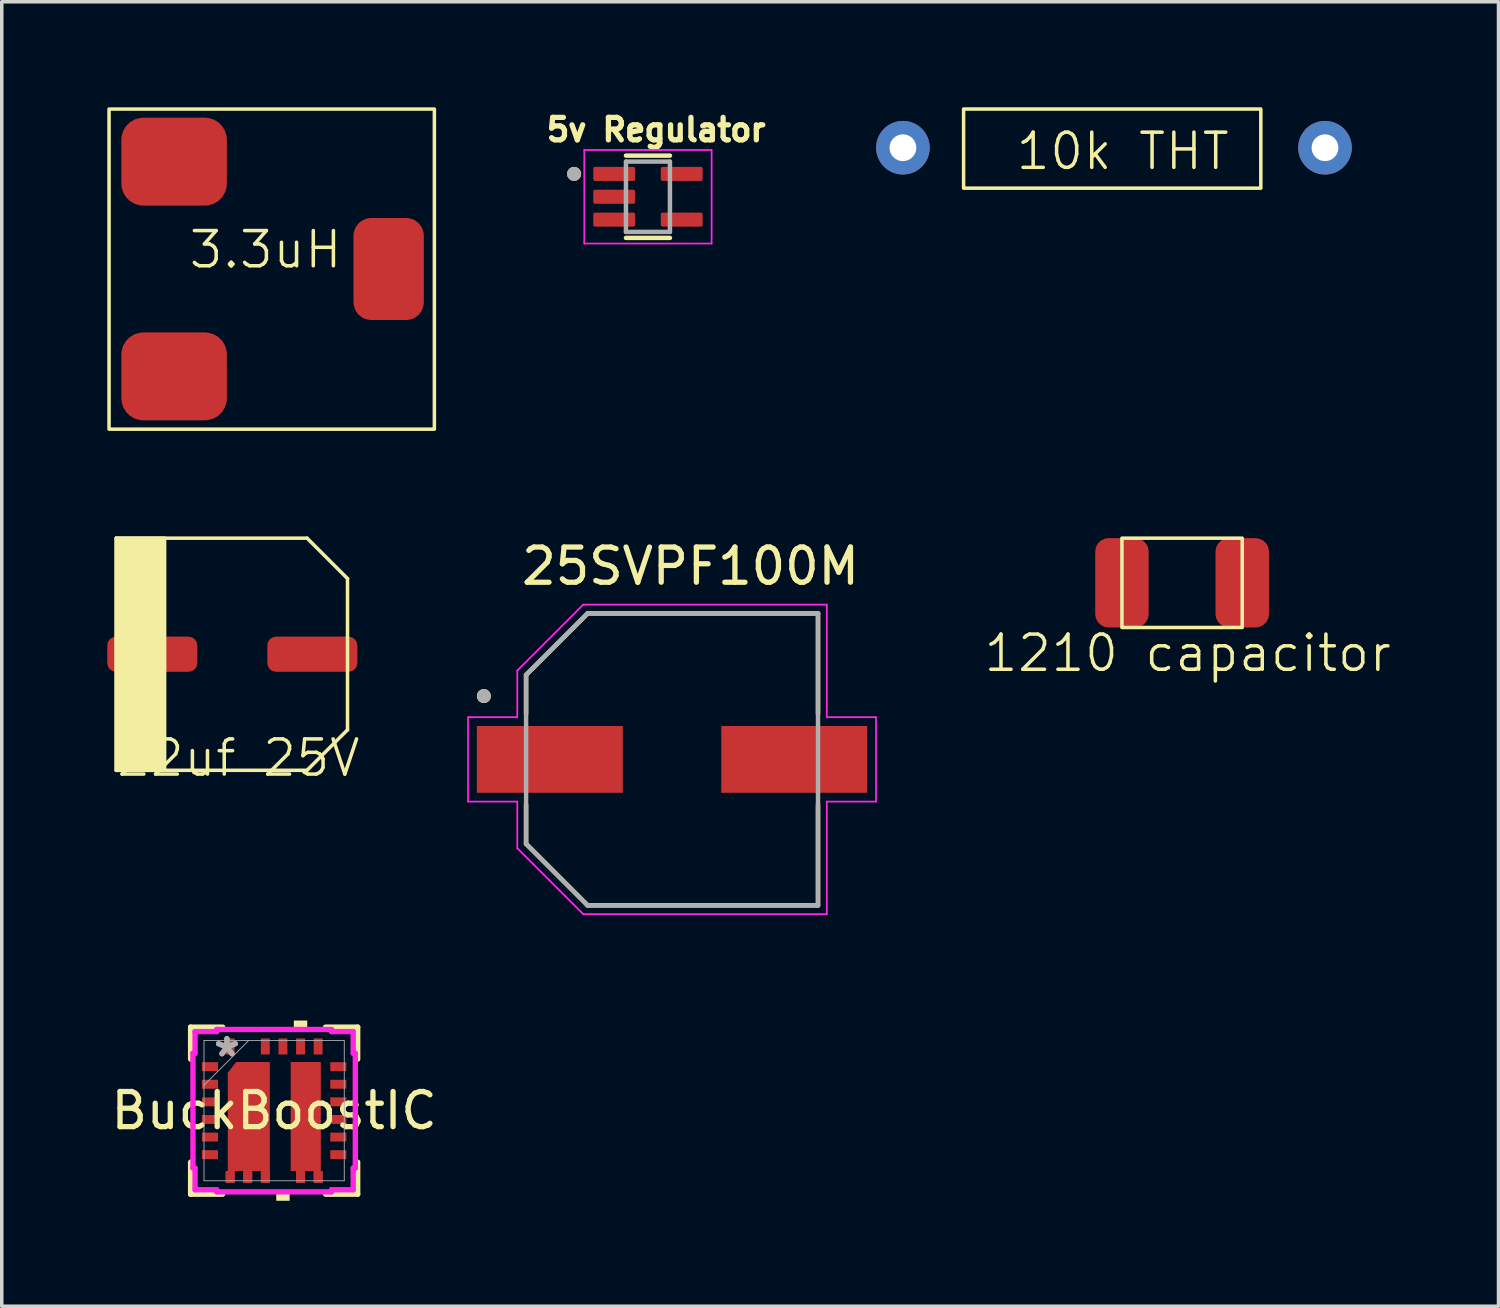
<source format=kicad_pcb>
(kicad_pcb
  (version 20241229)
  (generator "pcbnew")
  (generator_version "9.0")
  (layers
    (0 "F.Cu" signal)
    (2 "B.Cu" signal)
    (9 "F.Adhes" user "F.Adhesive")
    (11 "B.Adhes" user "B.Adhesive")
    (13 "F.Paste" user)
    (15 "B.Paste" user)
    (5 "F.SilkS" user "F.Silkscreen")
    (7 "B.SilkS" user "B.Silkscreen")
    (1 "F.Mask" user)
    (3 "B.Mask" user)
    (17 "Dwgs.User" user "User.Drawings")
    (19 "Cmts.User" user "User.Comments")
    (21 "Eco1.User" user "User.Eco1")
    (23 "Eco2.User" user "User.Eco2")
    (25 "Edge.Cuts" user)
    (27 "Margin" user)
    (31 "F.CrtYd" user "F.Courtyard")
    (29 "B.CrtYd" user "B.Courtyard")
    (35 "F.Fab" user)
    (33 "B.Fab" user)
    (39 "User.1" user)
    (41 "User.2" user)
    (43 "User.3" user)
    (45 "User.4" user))
  (footprint "25SVPF100M"
    (layer "F.Cu")
    (at 16.057 18.54)
    (property "Reference" "25SVPF100M" (at 0.525 -5.492 0) (layer "F.SilkS") (effects (font (size 1 1) (thickness 0.15))))
    (attr smd)
    (fp_line (start -4.15 -2.4) (end -2.4 -4.15) (stroke (width 0.127) (type solid)) (layer "F.SilkS"))
    (fp_line (start -4.15 -1.3) (end -4.15 -2.4) (stroke (width 0.127) (type solid)) (layer "F.SilkS"))
    (fp_line (start -4.15 1.3) (end -4.15 2.4) (stroke (width 0.127) (type solid)) (layer "F.SilkS"))
    (fp_line (start -4.15 2.4) (end -2.4 4.15) (stroke (width 0.127) (type solid)) (layer "F.SilkS"))
    (fp_line (start -2.4 -4.15) (end 4.15 -4.15) (stroke (width 0.127) (type solid)) (layer "F.SilkS"))
    (fp_line (start -2.4 4.15) (end 4.15 4.15) (stroke (width 0.127) (type solid)) (layer "F.SilkS"))
    (fp_line (start 4.15 -4.15) (end 4.15 -1.3) (stroke (width 0.127) (type solid)) (layer "F.SilkS"))
    (fp_line (start 4.15 4.15) (end 4.15 1.3) (stroke (width 0.127) (type solid)) (layer "F.SilkS"))
    (fp_circle (center -5.35 -1.8) (end -5.25 -1.8) (stroke (width 0.2) (type solid)) (fill no) (layer "F.SilkS"))
    (fp_line (start -5.8 -1.2) (end -4.4 -1.2) (stroke (width 0.05) (type solid)) (layer "F.CrtYd"))
    (fp_line (start -5.8 1.2) (end -5.8 -1.2) (stroke (width 0.05) (type solid)) (layer "F.CrtYd"))
    (fp_line (start -4.4 -2.525) (end -2.525 -4.4) (stroke (width 0.05) (type solid)) (layer "F.CrtYd"))
    (fp_line (start -4.4 -1.2) (end -4.4 -2.525) (stroke (width 0.05) (type solid)) (layer "F.CrtYd"))
    (fp_line (start -4.4 1.2) (end -5.8 1.2) (stroke (width 0.05) (type solid)) (layer "F.CrtYd"))
    (fp_line (start -4.4 2.525) (end -4.4 1.2) (stroke (width 0.05) (type solid)) (layer "F.CrtYd"))
    (fp_line (start -2.525 -4.4) (end 4.4 -4.4) (stroke (width 0.05) (type solid)) (layer "F.CrtYd"))
    (fp_line (start -2.525 4.4) (end -4.4 2.525) (stroke (width 0.05) (type solid)) (layer "F.CrtYd"))
    (fp_line (start 4.4 -4.4) (end 4.4 -1.2) (stroke (width 0.05) (type solid)) (layer "F.CrtYd"))
    (fp_line (start 4.4 -1.2) (end 5.8 -1.2) (stroke (width 0.05) (type solid)) (layer "F.CrtYd"))
    (fp_line (start 4.4 1.2) (end 4.4 4.4) (stroke (width 0.05) (type solid)) (layer "F.CrtYd"))
    (fp_line (start 4.4 4.4) (end -2.525 4.4) (stroke (width 0.05) (type solid)) (layer "F.CrtYd"))
    (fp_line (start 5.8 -1.2) (end 5.8 1.2) (stroke (width 0.05) (type solid)) (layer "F.CrtYd"))
    (fp_line (start 5.8 1.2) (end 4.4 1.2) (stroke (width 0.05) (type solid)) (layer "F.CrtYd"))
    (fp_line (start -4.15 -2.4) (end -2.4 -4.15) (stroke (width 0.127) (type solid)) (layer "F.Fab"))
    (fp_line (start -4.15 2.4) (end -4.15 -2.4) (stroke (width 0.127) (type solid)) (layer "F.Fab"))
    (fp_line (start -2.4 -4.15) (end 4.15 -4.15) (stroke (width 0.127) (type solid)) (layer "F.Fab"))
    (fp_line (start -2.4 4.15) (end -4.15 2.4) (stroke (width 0.127) (type solid)) (layer "F.Fab"))
    (fp_line (start 4.15 -4.15) (end 4.15 4.15) (stroke (width 0.127) (type solid)) (layer "F.Fab"))
    (fp_line (start 4.15 4.15) (end -2.4 4.15) (stroke (width 0.127) (type solid)) (layer "F.Fab"))
    (fp_circle (center -5.35 -1.8) (end -5.25 -1.8) (stroke (width 0.2) (type solid)) (fill no) (layer "F.Fab"))
    (pad "1" smd rect (at -3.475 0) (size 4.15 1.9) (layers "F.Cu" "F.Mask" "F.Paste"))
    (pad "2" smd rect (at 3.475 0) (size 4.15 1.9) (layers "F.Cu" "F.Mask" "F.Paste")))
  (footprint "5v Regulator"
    (layer "F.Cu")
    (at 15.372 2.544)
    (property "Reference" "5v Regulator" (at 0.232 -1.906 0) (layer "F.SilkS") (effects (font (size 0.64 0.64) (thickness 0.15))))
    (attr smd)
    (fp_line (start -0.625 -1.17) (end 0.625 -1.17) (stroke (width 0.127) (type solid)) (layer "F.SilkS"))
    (fp_line (start 0.625 1.17) (end -0.625 1.17) (stroke (width 0.127) (type solid)) (layer "F.SilkS"))
    (fp_circle (center -2.1 -0.65) (end -2 -0.65) (stroke (width 0.2) (type solid)) (fill no) (layer "F.SilkS"))
    (fp_line (start -1.81 -1.33) (end 1.81 -1.33) (stroke (width 0.05) (type solid)) (layer "F.CrtYd"))
    (fp_line (start -1.81 1.33) (end -1.81 -1.33) (stroke (width 0.05) (type solid)) (layer "F.CrtYd"))
    (fp_line (start 1.81 -1.33) (end 1.81 1.33) (stroke (width 0.05) (type solid)) (layer "F.CrtYd"))
    (fp_line (start 1.81 1.33) (end -1.81 1.33) (stroke (width 0.05) (type solid)) (layer "F.CrtYd"))
    (fp_line (start -0.625 -1) (end 0.625 -1) (stroke (width 0.127) (type solid)) (layer "F.Fab"))
    (fp_line (start -0.625 1) (end -0.625 -1) (stroke (width 0.127) (type solid)) (layer "F.Fab"))
    (fp_line (start 0.625 -1) (end 0.625 1) (stroke (width 0.127) (type solid)) (layer "F.Fab"))
    (fp_line (start 0.625 1) (end -0.625 1) (stroke (width 0.127) (type solid)) (layer "F.Fab"))
    (fp_circle (center -2.1 -0.65) (end -2 -0.65) (stroke (width 0.2) (type solid)) (fill no) (layer "F.Fab"))
    (pad "1" smd roundrect (at -0.96 -0.65) (size 1.19 0.4) (layers "F.Cu" "F.Mask" "F.Paste") (roundrect_rratio 0.125))
    (pad "2" smd roundrect (at -0.96 0) (size 1.19 0.4) (layers "F.Cu" "F.Mask" "F.Paste") (roundrect_rratio 0.125))
    (pad "3" smd roundrect (at -0.96 0.65) (size 1.19 0.4) (layers "F.Cu" "F.Mask" "F.Paste") (roundrect_rratio 0.125))
    (pad "4" smd roundrect (at 0.96 0.65) (size 1.19 0.4) (layers "F.Cu" "F.Mask" "F.Paste") (roundrect_rratio 0.125))
    (pad "5" smd roundrect (at 0.96 -0.65) (size 1.19 0.4) (layers "F.Cu" "F.Mask" "F.Paste") (roundrect_rratio 0.125)))
  (footprint "BuckBoostIC"
    (layer "F.Cu")
    (at 4.744 28.527)
    (property "Reference" "BuckBoostIC" (at 0 0 0) (unlocked yes) (layer "F.SilkS") (effects (font (size 1 1) (thickness 0.15))))
    (attr smd)
    (fp_poly (pts (xy 0.471 1.716) (xy 0.624 1.716) (xy 0.624 2.054) (xy 0.878 2.054) (xy 0.878 1.716) (xy 1.124 1.716) (xy 1.124 2.054) (xy 1.378 2.054) (xy 1.378 1.716) (xy 1.327 1.716) (xy 1.327 -1.383) (xy 0.471 -1.383)) (stroke (width 0) (type solid)) (fill yes) (layer "F.Cu"))
    (fp_poly (pts (xy -1.378 2.054) (xy -1.378 1.716) (xy -1.317 1.716) (xy -1.317 -1.079) (xy -1.079 -1.383) (xy -0.123 -1.383) (xy -0.123 2.054) (xy -0.377 2.054) (xy -0.377 1.716) (xy -0.624 1.716) (xy -0.624 2.054) (xy -0.878 2.054) (xy -0.878 1.716) (xy -1.124 1.716) (xy -1.124 2.054)) (stroke (width 0) (type solid)) (fill yes) (layer "F.Cu"))
    (fp_poly (pts (xy 0.471 1.716) (xy 0.624 1.716) (xy 0.624 2.054) (xy 0.878 2.054) (xy 0.878 1.716) (xy 1.124 1.716) (xy 1.124 2.054) (xy 1.378 2.054) (xy 1.378 1.716) (xy 1.327 1.716) (xy 1.327 -1.383) (xy 0.471 -1.383)) (stroke (width 0) (type solid)) (fill yes) (layer "F.Mask"))
    (fp_poly (pts (xy -1.378 2.054) (xy -1.378 1.716) (xy -1.317 1.716) (xy -1.317 -1.079) (xy -1.079 -1.383) (xy -0.123 -1.383) (xy -0.123 2.054) (xy -0.377 2.054) (xy -0.377 1.716) (xy -0.624 1.716) (xy -0.624 2.054) (xy -0.878 2.054) (xy -0.878 1.716) (xy -1.124 1.716) (xy -1.124 2.054)) (stroke (width 0) (type solid)) (fill yes) (layer "F.Mask"))
    (fp_line (start -2.375 -2.375) (end -2.375 -1.464) (stroke (width 0.152) (type solid)) (layer "F.SilkS"))
    (fp_line (start -2.375 1.464) (end -2.375 2.375) (stroke (width 0.152) (type solid)) (layer "F.SilkS"))
    (fp_line (start -2.375 2.375) (end -1.464 2.375) (stroke (width 0.152) (type solid)) (layer "F.SilkS"))
    (fp_line (start -1.464 -2.375) (end -2.375 -2.375) (stroke (width 0.152) (type solid)) (layer "F.SilkS"))
    (fp_line (start 1.464 2.375) (end 2.375 2.375) (stroke (width 0.152) (type solid)) (layer "F.SilkS"))
    (fp_line (start 2.375 -2.375) (end 1.464 -2.375) (stroke (width 0.152) (type solid)) (layer "F.SilkS"))
    (fp_line (start 2.375 -1.464) (end 2.375 -2.375) (stroke (width 0.152) (type solid)) (layer "F.SilkS"))
    (fp_line (start 2.375 2.375) (end 2.375 1.464) (stroke (width 0.152) (type solid)) (layer "F.SilkS"))
    (fp_poly (pts (xy 0.06 2.308) (xy 0.06 2.562) (xy 0.441 2.562) (xy 0.441 2.308)) (stroke (width 0) (type solid)) (fill yes) (layer "F.SilkS"))
    (fp_poly (pts (xy 0.56 -2.308) (xy 0.56 -2.562) (xy 0.941 -2.562) (xy 0.941 -2.308)) (stroke (width 0) (type solid)) (fill yes) (layer "F.SilkS"))
    (fp_poly (pts (xy 0.471 1.716) (xy 0.624 1.716) (xy 0.624 2.054) (xy 0.878 2.054) (xy 0.878 1.716) (xy 1.124 1.716) (xy 1.124 2.054) (xy 1.378 2.054) (xy 1.378 1.716) (xy 1.327 1.716) (xy 1.327 -1.383) (xy 0.471 -1.383)) (stroke (width 0) (type solid)) (fill yes) (layer "F.Paste"))
    (fp_poly (pts (xy -1.378 2.054) (xy -1.378 1.716) (xy -1.317 1.716) (xy -1.317 -1.079) (xy -1.079 -1.383) (xy -0.123 -1.383) (xy -0.123 2.054) (xy -0.377 2.054) (xy -0.377 1.716) (xy -0.624 1.716) (xy -0.624 2.054) (xy -0.878 2.054) (xy -0.878 1.716) (xy -1.124 1.716) (xy -1.124 2.054)) (stroke (width 0) (type solid)) (fill yes) (layer "F.Paste"))
    (fp_line (start -2.308 -1.632) (end -2.248 -1.632) (stroke (width 0.152) (type solid)) (layer "F.CrtYd"))
    (fp_line (start -2.308 1.632) (end -2.308 -1.632) (stroke (width 0.152) (type solid)) (layer "F.CrtYd"))
    (fp_line (start -2.248 -2.248) (end -1.632 -2.248) (stroke (width 0.152) (type solid)) (layer "F.CrtYd"))
    (fp_line (start -2.248 -1.632) (end -2.248 -2.248) (stroke (width 0.152) (type solid)) (layer "F.CrtYd"))
    (fp_line (start -2.248 1.632) (end -2.308 1.632) (stroke (width 0.152) (type solid)) (layer "F.CrtYd"))
    (fp_line (start -2.248 2.248) (end -2.248 1.632) (stroke (width 0.152) (type solid)) (layer "F.CrtYd"))
    (fp_line (start -1.632 -2.308) (end 1.632 -2.308) (stroke (width 0.152) (type solid)) (layer "F.CrtYd"))
    (fp_line (start -1.632 -2.248) (end -1.632 -2.308) (stroke (width 0.152) (type solid)) (layer "F.CrtYd"))
    (fp_line (start -1.632 2.248) (end -2.248 2.248) (stroke (width 0.152) (type solid)) (layer "F.CrtYd"))
    (fp_line (start -1.632 2.308) (end -1.632 2.248) (stroke (width 0.152) (type solid)) (layer "F.CrtYd"))
    (fp_line (start 1.632 -2.308) (end 1.632 -2.248) (stroke (width 0.152) (type solid)) (layer "F.CrtYd"))
    (fp_line (start 1.632 -2.248) (end 2.248 -2.248) (stroke (width 0.152) (type solid)) (layer "F.CrtYd"))
    (fp_line (start 1.632 2.248) (end 1.632 2.308) (stroke (width 0.152) (type solid)) (layer "F.CrtYd"))
    (fp_line (start 1.632 2.308) (end -1.632 2.308) (stroke (width 0.152) (type solid)) (layer "F.CrtYd"))
    (fp_line (start 2.248 -2.248) (end 2.248 -1.632) (stroke (width 0.152) (type solid)) (layer "F.CrtYd"))
    (fp_line (start 2.248 -1.632) (end 2.308 -1.632) (stroke (width 0.152) (type solid)) (layer "F.CrtYd"))
    (fp_line (start 2.248 1.632) (end 2.248 2.248) (stroke (width 0.152) (type solid)) (layer "F.CrtYd"))
    (fp_line (start 2.248 2.248) (end 1.632 2.248) (stroke (width 0.152) (type solid)) (layer "F.CrtYd"))
    (fp_line (start 2.308 -1.632) (end 2.308 1.632) (stroke (width 0.152) (type solid)) (layer "F.CrtYd"))
    (fp_line (start 2.308 1.632) (end 2.248 1.632) (stroke (width 0.152) (type solid)) (layer "F.CrtYd"))
    (fp_line (start -1.994 -1.994) (end -1.994 1.994) (stroke (width 0.025) (type solid)) (layer "F.Fab"))
    (fp_line (start -1.994 -0.724) (end -0.724 -1.994) (stroke (width 0.025) (type solid)) (layer "F.Fab"))
    (fp_line (start -1.994 1.994) (end 1.994 1.994) (stroke (width 0.025) (type solid)) (layer "F.Fab"))
    (fp_line (start 1.994 -1.994) (end -1.994 -1.994) (stroke (width 0.025) (type solid)) (layer "F.Fab"))
    (fp_line (start 1.994 1.994) (end 1.994 -1.994) (stroke (width 0.025) (type solid)) (layer "F.Fab"))
    (fp_text user "*" (at -1.342 -1.501 0) (layer "F.Fab") (effects (font (size 1 1) (thickness 0.15))))
    (fp_text user "*" (at -1.342 -1.501 0) (unlocked yes) (layer "F.Fab") (effects (font (size 1 1) (thickness 0.15))))
    (pad "1" smd rect (at -1.825 -1.251 90) (size 0.254 0.457) (layers "F.Cu" "F.Mask" "F.Paste"))
    (pad "2" smd rect (at -1.825 -0.751 90) (size 0.254 0.457) (layers "F.Cu" "F.Mask" "F.Paste"))
    (pad "3" smd rect (at -1.825 -0.25 90) (size 0.254 0.457) (layers "F.Cu" "F.Mask" "F.Paste"))
    (pad "4" smd rect (at -1.825 0.25 90) (size 0.254 0.457) (layers "F.Cu" "F.Mask" "F.Paste"))
    (pad "5" smd rect (at -1.825 0.751 90) (size 0.254 0.457) (layers "F.Cu" "F.Mask" "F.Paste"))
    (pad "6" smd rect (at -1.825 1.251 90) (size 0.254 0.457) (layers "F.Cu" "F.Mask" "F.Paste"))
    (pad "7" smd rect (at -1.251 1.888) (size 0.254 0.33) (layers "F.Cu" "F.Mask" "F.Paste"))
    (pad "8" smd rect (at -0.751 1.888) (size 0.254 0.33) (layers "F.Cu" "F.Mask" "F.Paste"))
    (pad "9" smd rect (at -0.25 1.888) (size 0.254 0.33) (layers "F.Cu" "F.Mask" "F.Paste"))
    (pad "10" smd rect (at 0.751 1.888) (size 0.254 0.33) (layers "F.Cu" "F.Mask" "F.Paste"))
    (pad "11" smd rect (at 1.251 1.888) (size 0.254 0.33) (layers "F.Cu" "F.Mask" "F.Paste"))
    (pad "12" smd rect (at 1.825 1.251 90) (size 0.254 0.457) (layers "F.Cu" "F.Mask" "F.Paste"))
    (pad "13" smd rect (at 1.825 0.751 90) (size 0.254 0.457) (layers "F.Cu" "F.Mask" "F.Paste"))
    (pad "14" smd rect (at 1.825 0.25 90) (size 0.254 0.457) (layers "F.Cu" "F.Mask" "F.Paste"))
    (pad "15" smd rect (at 1.825 -0.25 90) (size 0.254 0.457) (layers "F.Cu" "F.Mask" "F.Paste"))
    (pad "16" smd rect (at 1.825 -0.751 90) (size 0.254 0.457) (layers "F.Cu" "F.Mask" "F.Paste"))
    (pad "17" smd rect (at 1.825 -1.251 90) (size 0.254 0.457) (layers "F.Cu" "F.Mask" "F.Paste"))
    (pad "18" smd rect (at 1.251 -1.825) (size 0.254 0.457) (layers "F.Cu" "F.Mask" "F.Paste"))
    (pad "19" smd rect (at 0.751 -1.825) (size 0.254 0.457) (layers "F.Cu" "F.Mask" "F.Paste"))
    (pad "20" smd rect (at 0.25 -1.825) (size 0.254 0.457) (layers "F.Cu" "F.Mask" "F.Paste"))
    (pad "21" smd rect (at -0.25 -1.825) (size 0.254 0.457) (layers "F.Cu" "F.Mask" "F.Paste"))
    (pad "22" smd rect (at -1.251 -1.825) (size 0.254 0.457) (layers "F.Cu" "F.Mask" "F.Paste")))
  (footprint "1210 capacitor"
    (layer "F.Cu")
    (at 30.718 16.02)
    (property "Reference" "1210 capacitor" (at 0 -0.5 0) (unlocked yes) (layer "F.SilkS") (effects (font (size 1 1) (thickness 0.1))))
    (attr smd)
    (fp_rect (start -1.87 -3.77) (end 1.55 -1.23) (stroke (width 0.1) (type default)) (fill no) (layer "F.SilkS"))
    (pad "1" smd roundrect (at -1.87 -2.5) (size 1.52 2.54) (layers "F.Cu" "F.Mask" "F.Paste") (roundrect_rratio 0.25))
    (pad "2" smd roundrect (at 1.55 -2.5) (size 1.52 2.54) (layers "F.Cu" "F.Mask" "F.Paste") (roundrect_rratio 0.25)))
  (footprint "10k THT"
    (layer "F.Cu")
    (at 28.521 1.3)
    (property "Reference" "10k THT" (at 0.35 -0.05 0) (unlocked yes) (layer "F.SilkS") (effects (font (size 1 1) (thickness 0.1))))
    (attr through_hole)
    (fp_rect (start -4.175 -1.25) (end 4.275 1) (stroke (width 0.1) (type default)) (fill no) (layer "F.SilkS"))
    (pad "1" thru_hole circle (at -5.9 -0.15) (size 1.524 1.524) (drill 0.762) (layers "*.Cu" "*.Mask"))
    (pad "2" thru_hole circle (at 6.1 -0.15) (size 1.524 1.524) (drill 0.762) (layers "*.Cu" "*.Mask")))
  (footprint "3.3uH"
    (layer "F.Cu")
    (at 4.5 4.548)
    (property "Reference" "3.3uH" (at 0 -0.5 0) (unlocked yes) (layer "F.SilkS") (effects (font (size 1 1) (thickness 0.1))))
    (attr smd)
    (fp_rect (start -4.45 -4.497) (end 4.8 4.603) (stroke (width 0.1) (type default)) (fill no) (layer "F.SilkS"))
    (pad "" smd roundrect (at 3.5 0.05) (size 2 2.9) (layers "F.Cu" "F.Mask" "F.Paste") (roundrect_rratio 0.25))
    (pad "1" smd roundrect (at -2.6 3.103) (size 3 2.5) (layers "F.Cu" "F.Mask" "F.Paste") (roundrect_rratio 0.25))
    (pad "2" smd roundrect (at -2.6 -3.002) (size 3 2.5) (layers "F.Cu" "F.Mask" "F.Paste") (roundrect_rratio 0.25)))
  (footprint "22uf 25V"
    (layer "F.Cu")
    (at 3.73 19)
    (property "Reference" "22uf 25V" (at 0 -0.5 0) (unlocked yes) (layer "F.SilkS") (effects (font (size 1 1) (thickness 0.1))))
    (attr smd)
    (fp_line (start -3.475 -0.15) (end -3.475 -6.75) (stroke (width 0.1) (type default)) (layer "F.SilkS"))
    (fp_line (start 1.95 -6.75) (end -3.475 -6.75) (stroke (width 0.1) (type default)) (layer "F.SilkS"))
    (fp_line (start 1.95 -6.75) (end 3.1 -5.6) (stroke (width 0.1) (type default)) (layer "F.SilkS"))
    (fp_line (start 1.95 -0.15) (end -3.475 -0.15) (stroke (width 0.1) (type default)) (layer "F.SilkS"))
    (fp_line (start 1.95 -0.15) (end 3.1 -1.3) (stroke (width 0.1) (type default)) (layer "F.SilkS"))
    (fp_line (start 3.1 -5.6) (end 3.1 -1.3) (stroke (width 0.1) (type default)) (layer "F.SilkS"))
    (fp_rect (start -3.475 -6.75) (end -2.1 -0.15) (stroke (width 0.1) (type solid)) (fill yes) (layer "F.SilkS"))
    (pad "1" smd roundrect (at -2.45 -3.45 90) (size 1 2.56) (layers "F.Cu" "F.Mask" "F.Paste") (roundrect_rratio 0.25))
    (pad "2" smd roundrect (at 2.1 -3.45 90) (size 1 2.56) (layers "F.Cu" "F.Mask" "F.Paste") (roundrect_rratio 0.25)))
  (gr_rect
    (start -3 -3)
    (end 39.554 34.088)
    (stroke (width 0.1) (type default))
    (fill no)
    (layer "Edge.Cuts")))
</source>
